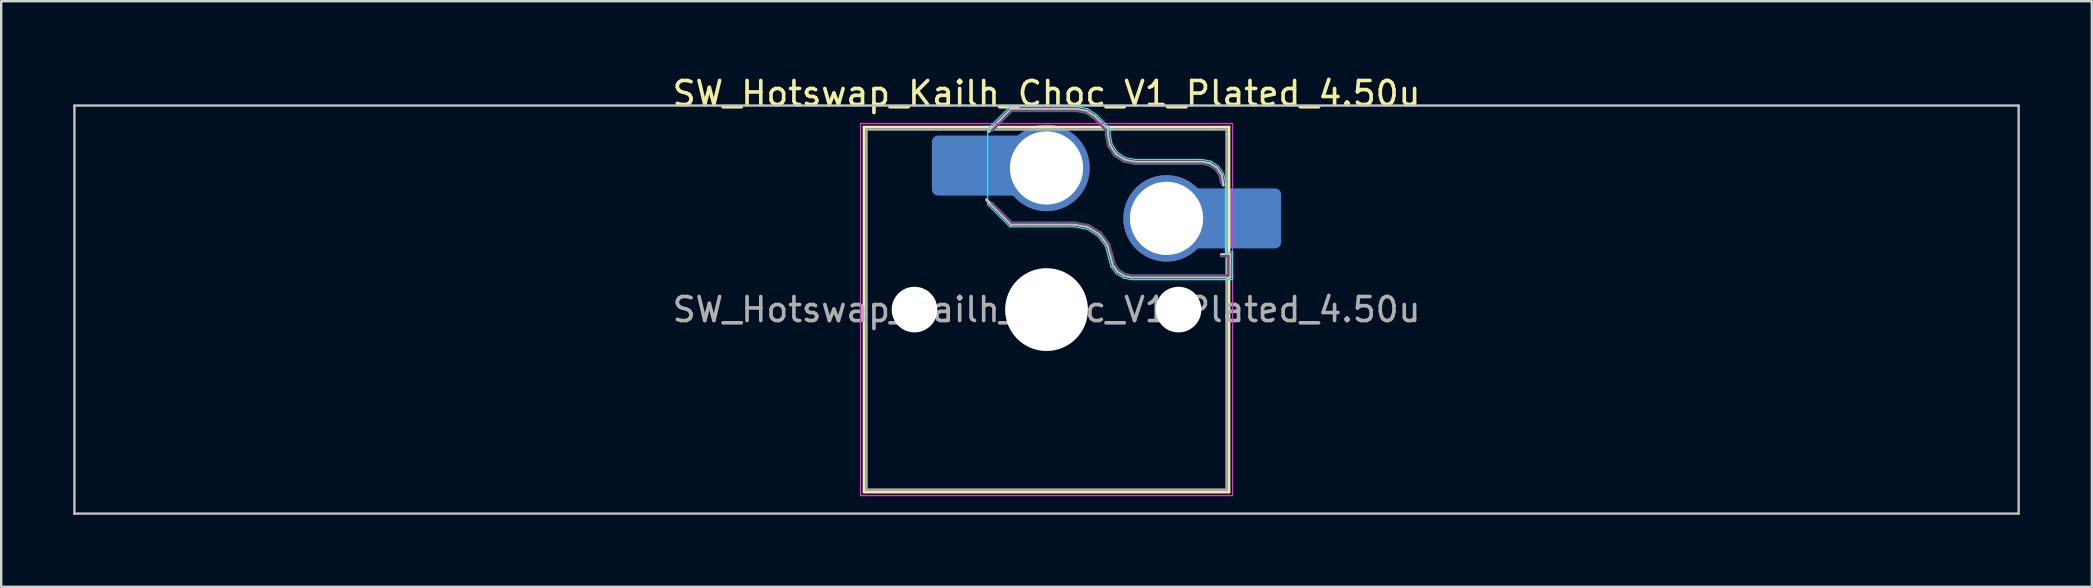
<source format=kicad_pcb>
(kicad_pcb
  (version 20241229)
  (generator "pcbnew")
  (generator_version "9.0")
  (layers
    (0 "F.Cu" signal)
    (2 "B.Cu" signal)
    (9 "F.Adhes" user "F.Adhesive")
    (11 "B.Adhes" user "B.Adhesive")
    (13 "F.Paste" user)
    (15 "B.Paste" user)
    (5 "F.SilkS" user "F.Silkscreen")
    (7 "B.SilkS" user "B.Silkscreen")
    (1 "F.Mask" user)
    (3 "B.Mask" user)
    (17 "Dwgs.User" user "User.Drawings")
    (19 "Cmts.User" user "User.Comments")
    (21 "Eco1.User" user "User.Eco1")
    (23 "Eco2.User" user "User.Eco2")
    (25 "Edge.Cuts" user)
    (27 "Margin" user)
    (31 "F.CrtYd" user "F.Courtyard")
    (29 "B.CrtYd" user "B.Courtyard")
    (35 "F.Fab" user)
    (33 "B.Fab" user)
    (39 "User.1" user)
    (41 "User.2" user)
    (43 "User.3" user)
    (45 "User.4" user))
  (footprint "SW_Hotswap_Kailh_Choc_V1_Plated_4.50u"
    (layer "F.Cu")
    (at 40.55 9.848)
    (property "Reference" "SW_Hotswap_Kailh_Choc_V1_Plated_4.50u" (at 0 -9 0) (layer "F.SilkS") (effects (font (size 1 1) (thickness 0.15))))
    (attr smd)
    (fp_line (start -7.6 -7.6) (end -7.6 7.6) (stroke (width 0.12) (type solid)) (layer "F.SilkS"))
    (fp_line (start -7.6 7.6) (end 7.6 7.6) (stroke (width 0.12) (type solid)) (layer "F.SilkS"))
    (fp_line (start 7.6 -7.6) (end -7.6 -7.6) (stroke (width 0.12) (type solid)) (layer "F.SilkS"))
    (fp_line (start 7.6 7.6) (end 7.6 -7.6) (stroke (width 0.12) (type solid)) (layer "F.SilkS"))
    (fp_line (start -2.416 -7.409) (end -1.479 -8.346) (stroke (width 0.12) (type solid)) (layer "B.SilkS"))
    (fp_line (start -1.479 -8.346) (end 1.268 -8.346) (stroke (width 0.12) (type solid)) (layer "B.SilkS"))
    (fp_line (start -1.479 -3.554) (end -2.5 -4.575) (stroke (width 0.12) (type solid)) (layer "B.SilkS"))
    (fp_line (start 1.168 -3.554) (end -1.479 -3.554) (stroke (width 0.12) (type solid)) (layer "B.SilkS"))
    (fp_line (start 1.268 -8.346) (end 1.671 -8.266) (stroke (width 0.12) (type solid)) (layer "B.SilkS"))
    (fp_line (start 1.671 -8.266) (end 2.013 -8.037) (stroke (width 0.12) (type solid)) (layer "B.SilkS"))
    (fp_line (start 1.73 -3.449) (end 1.168 -3.554) (stroke (width 0.12) (type solid)) (layer "B.SilkS"))
    (fp_line (start 2.013 -8.037) (end 2.546 -7.504) (stroke (width 0.12) (type solid)) (layer "B.SilkS"))
    (fp_line (start 2.209 -3.15) (end 1.73 -3.449) (stroke (width 0.12) (type solid)) (layer "B.SilkS"))
    (fp_line (start 2.546 -7.504) (end 2.546 -7.282) (stroke (width 0.12) (type solid)) (layer "B.SilkS"))
    (fp_line (start 2.546 -7.282) (end 2.633 -6.844) (stroke (width 0.12) (type solid)) (layer "B.SilkS"))
    (fp_line (start 2.547 -2.697) (end 2.209 -3.15) (stroke (width 0.12) (type solid)) (layer "B.SilkS"))
    (fp_line (start 2.633 -6.844) (end 2.877 -6.477) (stroke (width 0.12) (type solid)) (layer "B.SilkS"))
    (fp_line (start 2.701 -2.139) (end 2.547 -2.697) (stroke (width 0.12) (type solid)) (layer "B.SilkS"))
    (fp_line (start 2.783 -1.841) (end 2.701 -2.139) (stroke (width 0.12) (type solid)) (layer "B.SilkS"))
    (fp_line (start 2.877 -6.477) (end 3.244 -6.233) (stroke (width 0.12) (type solid)) (layer "B.SilkS"))
    (fp_line (start 2.976 -1.583) (end 2.783 -1.841) (stroke (width 0.12) (type solid)) (layer "B.SilkS"))
    (fp_line (start 3.244 -6.233) (end 3.682 -6.146) (stroke (width 0.12) (type solid)) (layer "B.SilkS"))
    (fp_line (start 3.25 -1.413) (end 2.976 -1.583) (stroke (width 0.12) (type solid)) (layer "B.SilkS"))
    (fp_line (start 3.56 -1.354) (end 3.25 -1.413) (stroke (width 0.12) (type solid)) (layer "B.SilkS"))
    (fp_line (start 3.682 -6.146) (end 6.482 -6.146) (stroke (width 0.12) (type solid)) (layer "B.SilkS"))
    (fp_line (start 6.482 -6.146) (end 6.809 -6.081) (stroke (width 0.12) (type solid)) (layer "B.SilkS"))
    (fp_line (start 6.809 -6.081) (end 7.092 -5.892) (stroke (width 0.12) (type solid)) (layer "B.SilkS"))
    (fp_line (start 7.092 -5.892) (end 7.281 -5.609) (stroke (width 0.12) (type solid)) (layer "B.SilkS"))
    (fp_line (start 7.281 -5.609) (end 7.366 -5.182) (stroke (width 0.12) (type solid)) (layer "B.SilkS"))
    (fp_line (start 7.283 -2.296) (end 7.646 -2.296) (stroke (width 0.12) (type solid)) (layer "B.SilkS"))
    (fp_line (start 7.646 -2.296) (end 7.646 -1.354) (stroke (width 0.12) (type solid)) (layer "B.SilkS"))
    (fp_line (start 7.646 -1.354) (end 3.56 -1.354) (stroke (width 0.12) (type solid)) (layer "B.SilkS"))
    (fp_line (start -40.5 -8.5) (end -40.5 8.5) (stroke (width 0.1) (type solid)) (layer "Dwgs.User"))
    (fp_line (start -40.5 8.5) (end 40.5 8.5) (stroke (width 0.1) (type solid)) (layer "Dwgs.User"))
    (fp_line (start 40.5 -8.5) (end -40.5 -8.5) (stroke (width 0.1) (type solid)) (layer "Dwgs.User"))
    (fp_line (start 40.5 8.5) (end 40.5 -8.5) (stroke (width 0.1) (type solid)) (layer "Dwgs.User"))
    (fp_line (start -7.25 -7.25) (end -7.25 7.25) (stroke (width 0.1) (type solid)) (layer "Eco1.User"))
    (fp_line (start -7.25 7.25) (end 7.25 7.25) (stroke (width 0.1) (type solid)) (layer "Eco1.User"))
    (fp_line (start 7.25 -7.25) (end -7.25 -7.25) (stroke (width 0.1) (type solid)) (layer "Eco1.User"))
    (fp_line (start 7.25 7.25) (end 7.25 -7.25) (stroke (width 0.1) (type solid)) (layer "Eco1.User"))
    (fp_line (start -2.452 -7.523) (end -1.523 -8.452) (stroke (width 0.05) (type solid)) (layer "B.CrtYd"))
    (fp_line (start -2.452 -4.377) (end -2.452 -7.523) (stroke (width 0.05) (type solid)) (layer "B.CrtYd"))
    (fp_line (start -1.523 -8.452) (end 1.278 -8.452) (stroke (width 0.05) (type solid)) (layer "B.CrtYd"))
    (fp_line (start -1.523 -3.448) (end -2.452 -4.377) (stroke (width 0.05) (type solid)) (layer "B.CrtYd"))
    (fp_line (start 1.159 -3.448) (end -1.523 -3.448) (stroke (width 0.05) (type solid)) (layer "B.CrtYd"))
    (fp_line (start 1.278 -8.452) (end 1.712 -8.366) (stroke (width 0.05) (type solid)) (layer "B.CrtYd"))
    (fp_line (start 1.691 -3.348) (end 1.159 -3.448) (stroke (width 0.05) (type solid)) (layer "B.CrtYd"))
    (fp_line (start 1.712 -8.366) (end 2.081 -8.119) (stroke (width 0.05) (type solid)) (layer "B.CrtYd"))
    (fp_line (start 2.081 -8.119) (end 2.652 -7.548) (stroke (width 0.05) (type solid)) (layer "B.CrtYd"))
    (fp_line (start 2.136 -3.071) (end 1.691 -3.348) (stroke (width 0.05) (type solid)) (layer "B.CrtYd"))
    (fp_line (start 2.45 -2.65) (end 2.136 -3.071) (stroke (width 0.05) (type solid)) (layer "B.CrtYd"))
    (fp_line (start 2.599 -2.111) (end 2.45 -2.65) (stroke (width 0.05) (type solid)) (layer "B.CrtYd"))
    (fp_line (start 2.652 -7.548) (end 2.652 -7.292) (stroke (width 0.05) (type solid)) (layer "B.CrtYd"))
    (fp_line (start 2.652 -7.292) (end 2.733 -6.885) (stroke (width 0.05) (type solid)) (layer "B.CrtYd"))
    (fp_line (start 2.687 -1.794) (end 2.599 -2.111) (stroke (width 0.05) (type solid)) (layer "B.CrtYd"))
    (fp_line (start 2.733 -6.885) (end 2.953 -6.553) (stroke (width 0.05) (type solid)) (layer "B.CrtYd"))
    (fp_line (start 2.903 -1.503) (end 2.687 -1.794) (stroke (width 0.05) (type solid)) (layer "B.CrtYd"))
    (fp_line (start 2.953 -6.553) (end 3.285 -6.333) (stroke (width 0.05) (type solid)) (layer "B.CrtYd"))
    (fp_line (start 3.211 -1.312) (end 2.903 -1.503) (stroke (width 0.05) (type solid)) (layer "B.CrtYd"))
    (fp_line (start 3.285 -6.333) (end 3.692 -6.252) (stroke (width 0.05) (type solid)) (layer "B.CrtYd"))
    (fp_line (start 3.55 -1.248) (end 3.211 -1.312) (stroke (width 0.05) (type solid)) (layer "B.CrtYd"))
    (fp_line (start 3.692 -6.252) (end 6.492 -6.252) (stroke (width 0.05) (type solid)) (layer "B.CrtYd"))
    (fp_line (start 6.492 -6.252) (end 6.85 -6.181) (stroke (width 0.05) (type solid)) (layer "B.CrtYd"))
    (fp_line (start 6.85 -6.181) (end 7.168 -5.968) (stroke (width 0.05) (type solid)) (layer "B.CrtYd"))
    (fp_line (start 7.168 -5.968) (end 7.381 -5.65) (stroke (width 0.05) (type solid)) (layer "B.CrtYd"))
    (fp_line (start 7.381 -5.65) (end 7.452 -5.292) (stroke (width 0.05) (type solid)) (layer "B.CrtYd"))
    (fp_line (start 7.452 -5.292) (end 7.452 -2.402) (stroke (width 0.05) (type solid)) (layer "B.CrtYd"))
    (fp_line (start 7.452 -2.402) (end 7.752 -2.402) (stroke (width 0.05) (type solid)) (layer "B.CrtYd"))
    (fp_line (start 7.752 -2.402) (end 7.752 -1.248) (stroke (width 0.05) (type solid)) (layer "B.CrtYd"))
    (fp_line (start 7.752 -1.248) (end 3.55 -1.248) (stroke (width 0.05) (type solid)) (layer "B.CrtYd"))
    (fp_line (start -7.75 -7.75) (end -7.75 7.75) (stroke (width 0.05) (type solid)) (layer "F.CrtYd"))
    (fp_line (start -7.75 7.75) (end 7.75 7.75) (stroke (width 0.05) (type solid)) (layer "F.CrtYd"))
    (fp_line (start 7.75 -7.75) (end -7.75 -7.75) (stroke (width 0.05) (type solid)) (layer "F.CrtYd"))
    (fp_line (start 7.75 7.75) (end 7.75 -7.75) (stroke (width 0.05) (type solid)) (layer "F.CrtYd"))
    (fp_line (start -2.275 -7.45) (end -1.45 -8.275) (stroke (width 0.1) (type solid)) (layer "B.Fab"))
    (fp_line (start -1.45 -8.275) (end 1.261 -8.275) (stroke (width 0.1) (type solid)) (layer "B.Fab"))
    (fp_line (start -1.45 -3.625) (end -2.275 -4.45) (stroke (width 0.1) (type solid)) (layer "B.Fab"))
    (fp_line (start 1.175 -3.625) (end -1.45 -3.625) (stroke (width 0.1) (type solid)) (layer "B.Fab"))
    (fp_line (start 1.261 -8.275) (end 1.643 -8.199) (stroke (width 0.1) (type solid)) (layer "B.Fab"))
    (fp_line (start 1.643 -8.199) (end 1.968 -7.982) (stroke (width 0.1) (type solid)) (layer "B.Fab"))
    (fp_line (start 1.756 -3.516) (end 1.175 -3.625) (stroke (width 0.1) (type solid)) (layer "B.Fab"))
    (fp_line (start 1.968 -7.982) (end 2.475 -7.475) (stroke (width 0.1) (type solid)) (layer "B.Fab"))
    (fp_line (start 2.258 -3.203) (end 1.756 -3.516) (stroke (width 0.1) (type solid)) (layer "B.Fab"))
    (fp_line (start 2.475 -7.475) (end 2.475 -7.275) (stroke (width 0.1) (type solid)) (layer "B.Fab"))
    (fp_line (start 2.475 -7.275) (end 2.566 -6.816) (stroke (width 0.1) (type solid)) (layer "B.Fab"))
    (fp_line (start 2.566 -6.816) (end 2.826 -6.426) (stroke (width 0.1) (type solid)) (layer "B.Fab"))
    (fp_line (start 2.612 -2.729) (end 2.258 -3.203) (stroke (width 0.1) (type solid)) (layer "B.Fab"))
    (fp_line (start 2.769 -2.158) (end 2.612 -2.729) (stroke (width 0.1) (type solid)) (layer "B.Fab"))
    (fp_line (start 2.826 -6.426) (end 3.216 -6.166) (stroke (width 0.1) (type solid)) (layer "B.Fab"))
    (fp_line (start 2.848 -1.873) (end 2.769 -2.158) (stroke (width 0.1) (type solid)) (layer "B.Fab"))
    (fp_line (start 3.025 -1.636) (end 2.848 -1.873) (stroke (width 0.1) (type solid)) (layer "B.Fab"))
    (fp_line (start 3.216 -6.166) (end 3.675 -6.075) (stroke (width 0.1) (type solid)) (layer "B.Fab"))
    (fp_line (start 3.276 -1.48) (end 3.025 -1.636) (stroke (width 0.1) (type solid)) (layer "B.Fab"))
    (fp_line (start 3.567 -1.425) (end 3.276 -1.48) (stroke (width 0.1) (type solid)) (layer "B.Fab"))
    (fp_line (start 3.675 -6.075) (end 6.475 -6.075) (stroke (width 0.1) (type solid)) (layer "B.Fab"))
    (fp_line (start 6.475 -6.075) (end 6.781 -6.014) (stroke (width 0.1) (type solid)) (layer "B.Fab"))
    (fp_line (start 6.781 -6.014) (end 7.041 -5.841) (stroke (width 0.1) (type solid)) (layer "B.Fab"))
    (fp_line (start 7.041 -5.841) (end 7.214 -5.581) (stroke (width 0.1) (type solid)) (layer "B.Fab"))
    (fp_line (start 7.214 -5.581) (end 7.275 -5.275) (stroke (width 0.1) (type solid)) (layer "B.Fab"))
    (fp_line (start 7.275 -2.225) (end 7.575 -2.225) (stroke (width 0.1) (type solid)) (layer "B.Fab"))
    (fp_line (start 7.575 -2.225) (end 7.575 -1.425) (stroke (width 0.1) (type solid)) (layer "B.Fab"))
    (fp_line (start 7.575 -1.425) (end 3.567 -1.425) (stroke (width 0.1) (type solid)) (layer "B.Fab"))
    (fp_line (start -7.5 -7.5) (end -7.5 7.5) (stroke (width 0.1) (type solid)) (layer "F.Fab"))
    (fp_line (start -7.5 7.5) (end 7.5 7.5) (stroke (width 0.1) (type solid)) (layer "F.Fab"))
    (fp_line (start 7.5 -7.5) (end -7.5 -7.5) (stroke (width 0.1) (type solid)) (layer "F.Fab"))
    (fp_line (start 7.5 7.5) (end 7.5 -7.5) (stroke (width 0.1) (type solid)) (layer "F.Fab"))
    (fp_text user "${REFERENCE}" (at 0 0 0) (layer "F.Fab") (effects (font (size 1 1) (thickness 0.15))))
    (pad "" np_thru_hole circle (at -5.5 0) (size 1.9 1.9) (drill 1.9) (layers "*.Cu" "*.Mask"))
    (pad "" smd roundrect (at -3.5 -6) (size 2.55 2.5) (layers "B.Mask" "B.Paste") (roundrect_rratio 0.1))
    (pad "" smd circle (at 0 -5.9) (size 3.1 3.1) (layers "F.Mask"))
    (pad "" np_thru_hole circle (at 0 0) (size 3.45 3.45) (drill 3.45) (layers "*.Cu" "*.Mask"))
    (pad "" smd circle (at 5 -3.8) (size 3.1 3.1) (layers "F.Mask"))
    (pad "" np_thru_hole circle (at 5.5 0) (size 1.9 1.9) (drill 1.9) (layers "*.Cu" "*.Mask"))
    (pad "" smd roundrect (at 8.5 -3.8) (size 2.55 2.5) (layers "B.Mask" "B.Paste") (roundrect_rratio 0.1))
    (pad "1" smd roundrect (at -2.85 -6) (size 3.85 2.5) (layers "B.Cu") (roundrect_rratio 0.1))
    (pad "1" thru_hole circle (at 0 -5.9) (size 3.6 3.6) (drill 3.05) (layers "*.Cu" "B.Mask"))
    (pad "2" thru_hole circle (at 5 -3.8) (size 3.6 3.6) (drill 3.05) (layers "*.Cu" "B.Mask"))
    (pad "2" smd roundrect (at 7.85 -3.8) (size 3.85 2.5) (layers "B.Cu") (roundrect_rratio 0.1)))
  (gr_rect
    (start -3 -3)
    (end 84.1 21.398)
    (stroke (width 0.1) (type default))
    (fill no)
    (layer "Edge.Cuts")))
</source>
